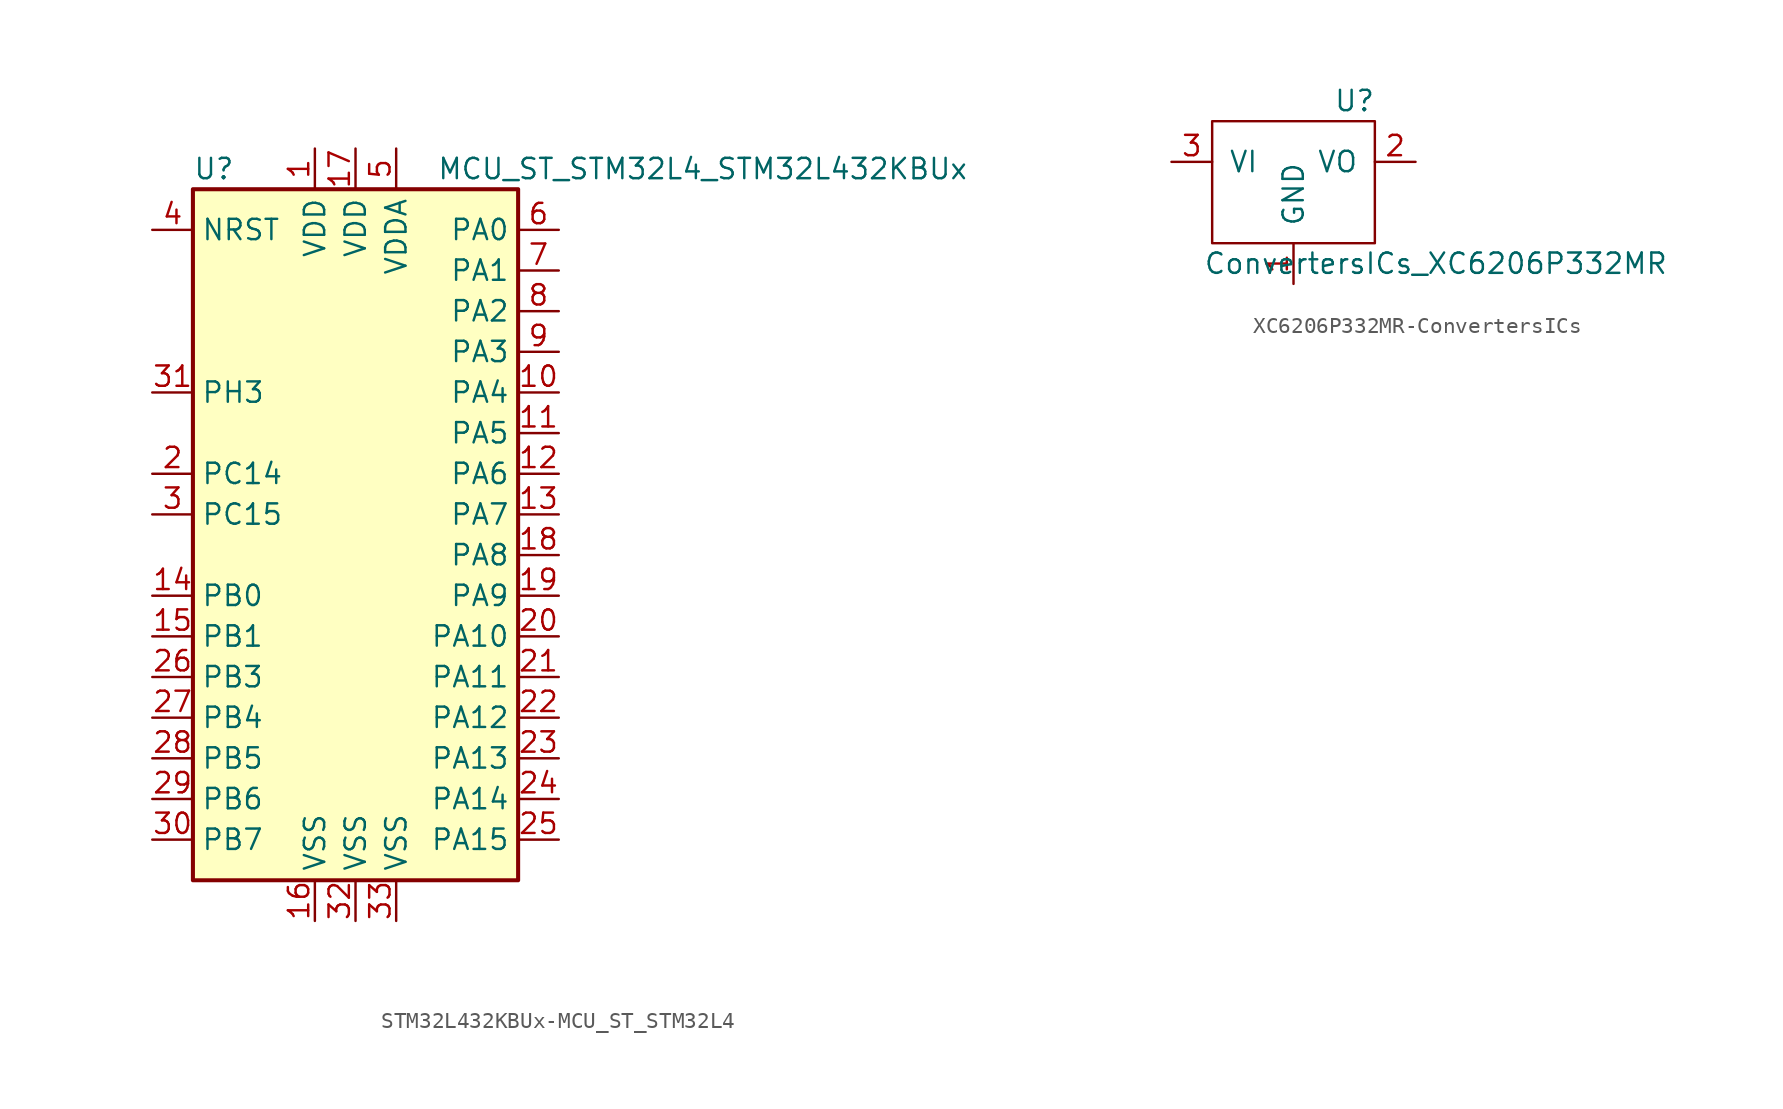
<source format=kicad_sym>
(kicad_symbol_lib
  (version 20220914)
  (generator kicad_symbol_editor)
  (symbol "STM32L432KBUx-MCU_ST_STM32L4"
    (property "Reference" "U"
      (at -10.16 21.59 0)
      (effects (font (size 1.27 1.27)) (justify left)))
    (property "Value" "MCU_ST_STM32L4_STM32L432KBUx"
      (at 5.08 21.59 0)
      (effects (font (size 1.27 1.27)) (justify left)))
    (symbol "STM32L432KBUx-MCU_ST_STM32L4_0_1"
      (rectangle (start -10.16 -22.86) (end 10.16 20.32) (stroke (width 0.254) (type solid)) (fill (type background))))
    (symbol "STM32L432KBUx-MCU_ST_STM32L4_1_1"
      (pin power_in line (at -2.54 22.86 270) (length 2.54) (name "VDD" (effects (font (size 1.27 1.27)))) (number "1" (effects (font (size 1.27 1.27)))))
      (pin bidirectional line (at 12.7 7.62 180) (length 2.54) (name "PA4" (effects (font (size 1.27 1.27)))) (number "10" (effects (font (size 1.27 1.27)))))
      (pin bidirectional line (at 12.7 5.08 180) (length 2.54) (name "PA5" (effects (font (size 1.27 1.27)))) (number "11" (effects (font (size 1.27 1.27)))))
      (pin bidirectional line (at 12.7 2.54 180) (length 2.54) (name "PA6" (effects (font (size 1.27 1.27)))) (number "12" (effects (font (size 1.27 1.27)))))
      (pin bidirectional line (at 12.7 0 180) (length 2.54) (name "PA7" (effects (font (size 1.27 1.27)))) (number "13" (effects (font (size 1.27 1.27)))))
      (pin bidirectional line (at -12.7 -5.08 0) (length 2.54) (name "PB0" (effects (font (size 1.27 1.27)))) (number "14" (effects (font (size 1.27 1.27)))))
      (pin bidirectional line (at -12.7 -7.62 0) (length 2.54) (name "PB1" (effects (font (size 1.27 1.27)))) (number "15" (effects (font (size 1.27 1.27)))))
      (pin power_in line (at -2.54 -25.4 90) (length 2.54) (name "VSS" (effects (font (size 1.27 1.27)))) (number "16" (effects (font (size 1.27 1.27)))))
      (pin power_in line (at 0 22.86 270) (length 2.54) (name "VDD" (effects (font (size 1.27 1.27)))) (number "17" (effects (font (size 1.27 1.27)))))
      (pin bidirectional line (at 12.7 -2.54 180) (length 2.54) (name "PA8" (effects (font (size 1.27 1.27)))) (number "18" (effects (font (size 1.27 1.27)))))
      (pin bidirectional line (at 12.7 -5.08 180) (length 2.54) (name "PA9" (effects (font (size 1.27 1.27)))) (number "19" (effects (font (size 1.27 1.27)))))
      (pin bidirectional line (at -12.7 2.54 0) (length 2.54) (name "PC14" (effects (font (size 1.27 1.27)))) (number "2" (effects (font (size 1.27 1.27)))))
      (pin bidirectional line (at 12.7 -7.62 180) (length 2.54) (name "PA10" (effects (font (size 1.27 1.27)))) (number "20" (effects (font (size 1.27 1.27)))))
      (pin bidirectional line (at 12.7 -10.16 180) (length 2.54) (name "PA11" (effects (font (size 1.27 1.27)))) (number "21" (effects (font (size 1.27 1.27)))))
      (pin bidirectional line (at 12.7 -12.7 180) (length 2.54) (name "PA12" (effects (font (size 1.27 1.27)))) (number "22" (effects (font (size 1.27 1.27)))))
      (pin bidirectional line (at 12.7 -15.24 180) (length 2.54) (name "PA13" (effects (font (size 1.27 1.27)))) (number "23" (effects (font (size 1.27 1.27)))))
      (pin bidirectional line (at 12.7 -17.78 180) (length 2.54) (name "PA14" (effects (font (size 1.27 1.27)))) (number "24" (effects (font (size 1.27 1.27)))))
      (pin bidirectional line (at 12.7 -20.32 180) (length 2.54) (name "PA15" (effects (font (size 1.27 1.27)))) (number "25" (effects (font (size 1.27 1.27)))))
      (pin bidirectional line (at -12.7 -10.16 0) (length 2.54) (name "PB3" (effects (font (size 1.27 1.27)))) (number "26" (effects (font (size 1.27 1.27)))))
      (pin bidirectional line (at -12.7 -12.7 0) (length 2.54) (name "PB4" (effects (font (size 1.27 1.27)))) (number "27" (effects (font (size 1.27 1.27)))))
      (pin bidirectional line (at -12.7 -15.24 0) (length 2.54) (name "PB5" (effects (font (size 1.27 1.27)))) (number "28" (effects (font (size 1.27 1.27)))))
      (pin bidirectional line (at -12.7 -17.78 0) (length 2.54) (name "PB6" (effects (font (size 1.27 1.27)))) (number "29" (effects (font (size 1.27 1.27)))))
      (pin bidirectional line (at -12.7 0 0) (length 2.54) (name "PC15" (effects (font (size 1.27 1.27)))) (number "3" (effects (font (size 1.27 1.27)))))
      (pin bidirectional line (at -12.7 -20.32 0) (length 2.54) (name "PB7" (effects (font (size 1.27 1.27)))) (number "30" (effects (font (size 1.27 1.27)))))
      (pin bidirectional line (at -12.7 7.62 0) (length 2.54) (name "PH3" (effects (font (size 1.27 1.27)))) (number "31" (effects (font (size 1.27 1.27)))))
      (pin power_in line (at 0 -25.4 90) (length 2.54) (name "VSS" (effects (font (size 1.27 1.27)))) (number "32" (effects (font (size 1.27 1.27)))))
      (pin power_in line (at 2.54 -25.4 90) (length 2.54) (name "VSS" (effects (font (size 1.27 1.27)))) (number "33" (effects (font (size 1.27 1.27)))))
      (pin input line (at -12.7 17.78 0) (length 2.54) (name "NRST" (effects (font (size 1.27 1.27)))) (number "4" (effects (font (size 1.27 1.27)))))
      (pin power_in line (at 2.54 22.86 270) (length 2.54) (name "VDDA" (effects (font (size 1.27 1.27)))) (number "5" (effects (font (size 1.27 1.27)))))
      (pin bidirectional line (at 12.7 17.78 180) (length 2.54) (name "PA0" (effects (font (size 1.27 1.27)))) (number "6" (effects (font (size 1.27 1.27)))))
      (pin bidirectional line (at 12.7 15.24 180) (length 2.54) (name "PA1" (effects (font (size 1.27 1.27)))) (number "7" (effects (font (size 1.27 1.27)))))
      (pin bidirectional line (at 12.7 12.7 180) (length 2.54) (name "PA2" (effects (font (size 1.27 1.27)))) (number "8" (effects (font (size 1.27 1.27)))))
      (pin bidirectional line (at 12.7 10.16 180) (length 2.54) (name "PA3" (effects (font (size 1.27 1.27)))) (number "9" (effects (font (size 1.27 1.27)))))))
  (symbol "XC6206P332MR-ConvertersICs"
    (pin_names
      (offset 1.016))
    (property "Reference" "U"
      (at 3.81 5.08 0)
      (effects (font (size 1.27 1.27))))
    (property "Value" "ConvertersICs_XC6206P332MR"
      (at 8.89 -5.08 0)
      (effects (font (size 1.27 1.27))))
    (symbol "XC6206P332MR-ConvertersICs_0_1"
      (rectangle (start -5.08 -3.81) (end 5.08 3.81) (stroke (width 0) (type solid)) (fill (type none))))
    (symbol "XC6206P332MR-ConvertersICs_1_1"
      (pin input line (at 0 -6.35 90) (length 2.54) (name "GND" (effects (font (size 1.27 1.27)))) (number "1" (effects (font (size 1.27 1.27)))))
      (pin input line (at 7.62 1.27 180) (length 2.54) (name "VO" (effects (font (size 1.27 1.27)))) (number "2" (effects (font (size 1.27 1.27)))))
      (pin input line (at -7.62 1.27 0) (length 2.54) (name "VI" (effects (font (size 1.27 1.27)))) (number "3" (effects (font (size 1.27 1.27))))))))
</source>
